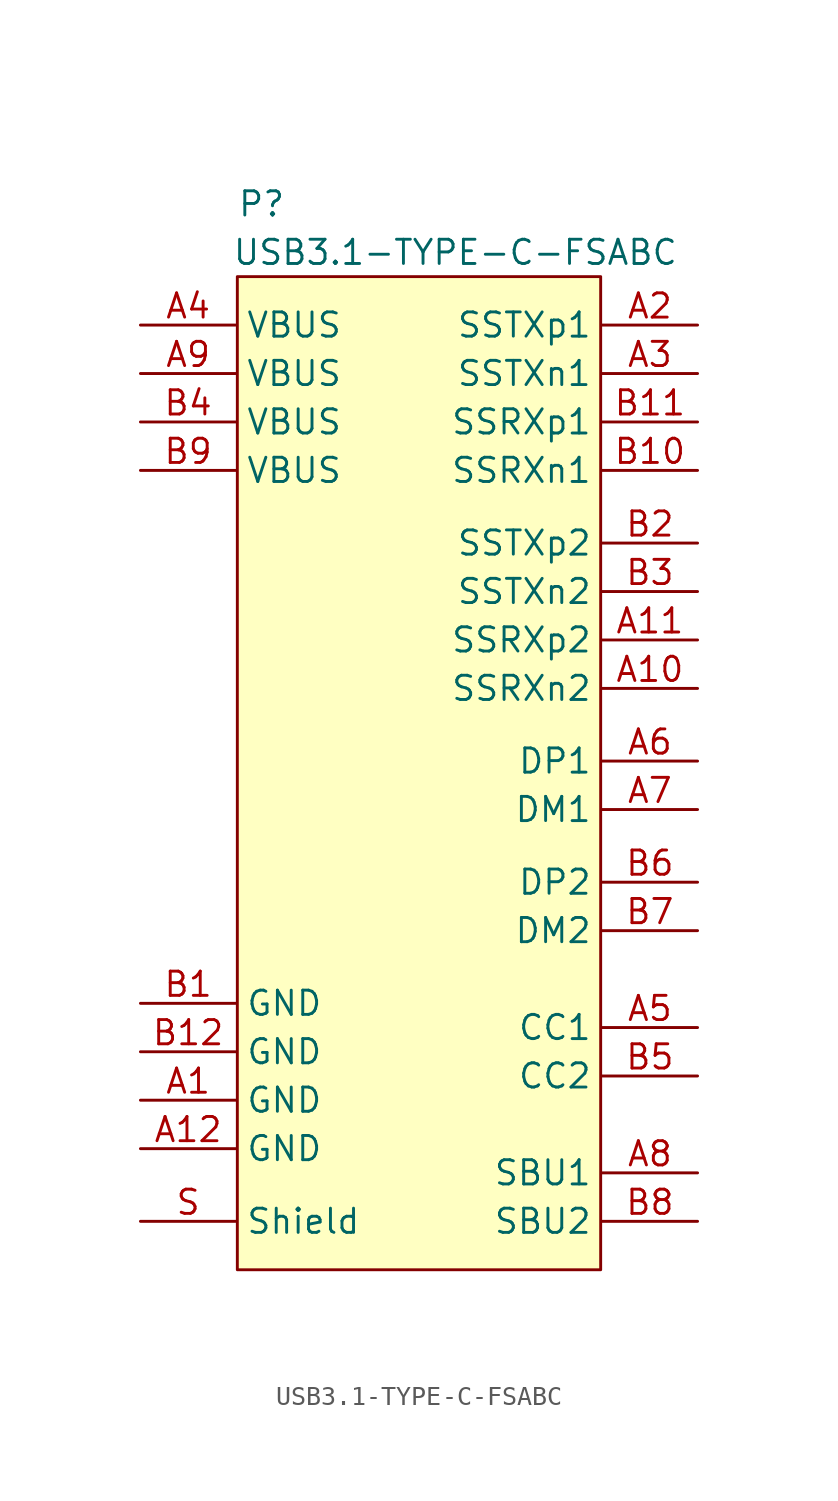
<source format=kicad_sym>
(kicad_symbol_lib
  (version 20211014)
  (generator kicad_symbol_editor)
  (symbol "USB3.1-TYPE-C-FSABC"
    (property "Reference" "P"
      (at -7.62 26.67 0)
      (effects (font (size 1.27 1.27))))
    (property "Value" "USB3.1-TYPE-C-FSABC"
      (at 2.54 24.13 0)
      (effects (font (size 1.27 1.27))))
    (symbol "USB3.1-TYPE-C-FSABC_0_1"
      (rectangle (start -8.89 22.86) (end 10.16 -29.21) (stroke (width 0) (type default) (color 0 0 0 0)) (fill (type background))))
    (symbol "USB3.1-TYPE-C-FSABC_1_1"
      (pin power_out line (at -13.97 -20.32 0) (length 5) (name "GND" (effects (font (size 1.27 1.27)))) (number "A1" (effects (font (size 1.27 1.27)))))
      (pin input line (at 15.24 1.27 180) (length 5) (name "SSRXn2" (effects (font (size 1.27 1.27)))) (number "A10" (effects (font (size 1.27 1.27)))))
      (pin input line (at 15.24 3.81 180) (length 5) (name "SSRXp2" (effects (font (size 1.27 1.27)))) (number "A11" (effects (font (size 1.27 1.27)))))
      (pin power_out line (at -13.97 -22.86 0) (length 5) (name "GND" (effects (font (size 1.27 1.27)))) (number "A12" (effects (font (size 1.27 1.27)))))
      (pin output line (at 15.24 20.32 180) (length 5) (name "SSTXp1" (effects (font (size 1.27 1.27)))) (number "A2" (effects (font (size 1.27 1.27)))))
      (pin output line (at 15.24 17.78 180) (length 5) (name "SSTXn1" (effects (font (size 1.27 1.27)))) (number "A3" (effects (font (size 1.27 1.27)))))
      (pin power_out line (at -13.97 20.32 0) (length 5) (name "VBUS" (effects (font (size 1.27 1.27)))) (number "A4" (effects (font (size 1.27 1.27)))))
      (pin input line (at 15.24 -16.51 180) (length 5) (name "CC1" (effects (font (size 1.27 1.27)))) (number "A5" (effects (font (size 1.27 1.27)))))
      (pin bidirectional line (at 15.24 -2.54 180) (length 5) (name "DP1" (effects (font (size 1.27 1.27)))) (number "A6" (effects (font (size 1.27 1.27)))))
      (pin bidirectional line (at 15.24 -5.08 180) (length 5) (name "DM1" (effects (font (size 1.27 1.27)))) (number "A7" (effects (font (size 1.27 1.27)))))
      (pin bidirectional line (at 15.24 -24.13 180) (length 5) (name "SBU1" (effects (font (size 1.27 1.27)))) (number "A8" (effects (font (size 1.27 1.27)))))
      (pin power_out line (at -13.97 17.78 0) (length 5) (name "VBUS" (effects (font (size 1.27 1.27)))) (number "A9" (effects (font (size 1.27 1.27)))))
      (pin power_out line (at -13.97 -15.24 0) (length 5) (name "GND" (effects (font (size 1.27 1.27)))) (number "B1" (effects (font (size 1.27 1.27)))))
      (pin input line (at 15.24 12.7 180) (length 5) (name "SSRXn1" (effects (font (size 1.27 1.27)))) (number "B10" (effects (font (size 1.27 1.27)))))
      (pin input line (at 15.24 15.24 180) (length 5) (name "SSRXp1" (effects (font (size 1.27 1.27)))) (number "B11" (effects (font (size 1.27 1.27)))))
      (pin power_out line (at -13.97 -17.78 0) (length 5) (name "GND" (effects (font (size 1.27 1.27)))) (number "B12" (effects (font (size 1.27 1.27)))))
      (pin output line (at 15.24 8.89 180) (length 5) (name "SSTXp2" (effects (font (size 1.27 1.27)))) (number "B2" (effects (font (size 1.27 1.27)))))
      (pin output line (at 15.24 6.35 180) (length 5) (name "SSTXn2" (effects (font (size 1.27 1.27)))) (number "B3" (effects (font (size 1.27 1.27)))))
      (pin power_out line (at -13.97 15.24 0) (length 5) (name "VBUS" (effects (font (size 1.27 1.27)))) (number "B4" (effects (font (size 1.27 1.27)))))
      (pin input line (at 15.24 -19.05 180) (length 5) (name "CC2" (effects (font (size 1.27 1.27)))) (number "B5" (effects (font (size 1.27 1.27)))))
      (pin bidirectional line (at 15.24 -8.89 180) (length 5) (name "DP2" (effects (font (size 1.27 1.27)))) (number "B6" (effects (font (size 1.27 1.27)))))
      (pin bidirectional line (at 15.24 -11.43 180) (length 5) (name "DM2" (effects (font (size 1.27 1.27)))) (number "B7" (effects (font (size 1.27 1.27)))))
      (pin bidirectional line (at 15.24 -26.67 180) (length 5) (name "SBU2" (effects (font (size 1.27 1.27)))) (number "B8" (effects (font (size 1.27 1.27)))))
      (pin power_out line (at -13.97 12.7 0) (length 5) (name "VBUS" (effects (font (size 1.27 1.27)))) (number "B9" (effects (font (size 1.27 1.27)))))
      (pin passive line (at -13.97 -26.67 0) (length 5) (name "Shield" (effects (font (size 1.27 1.27)))) (number "S" (effects (font (size 1.27 1.27))))))))
</source>
